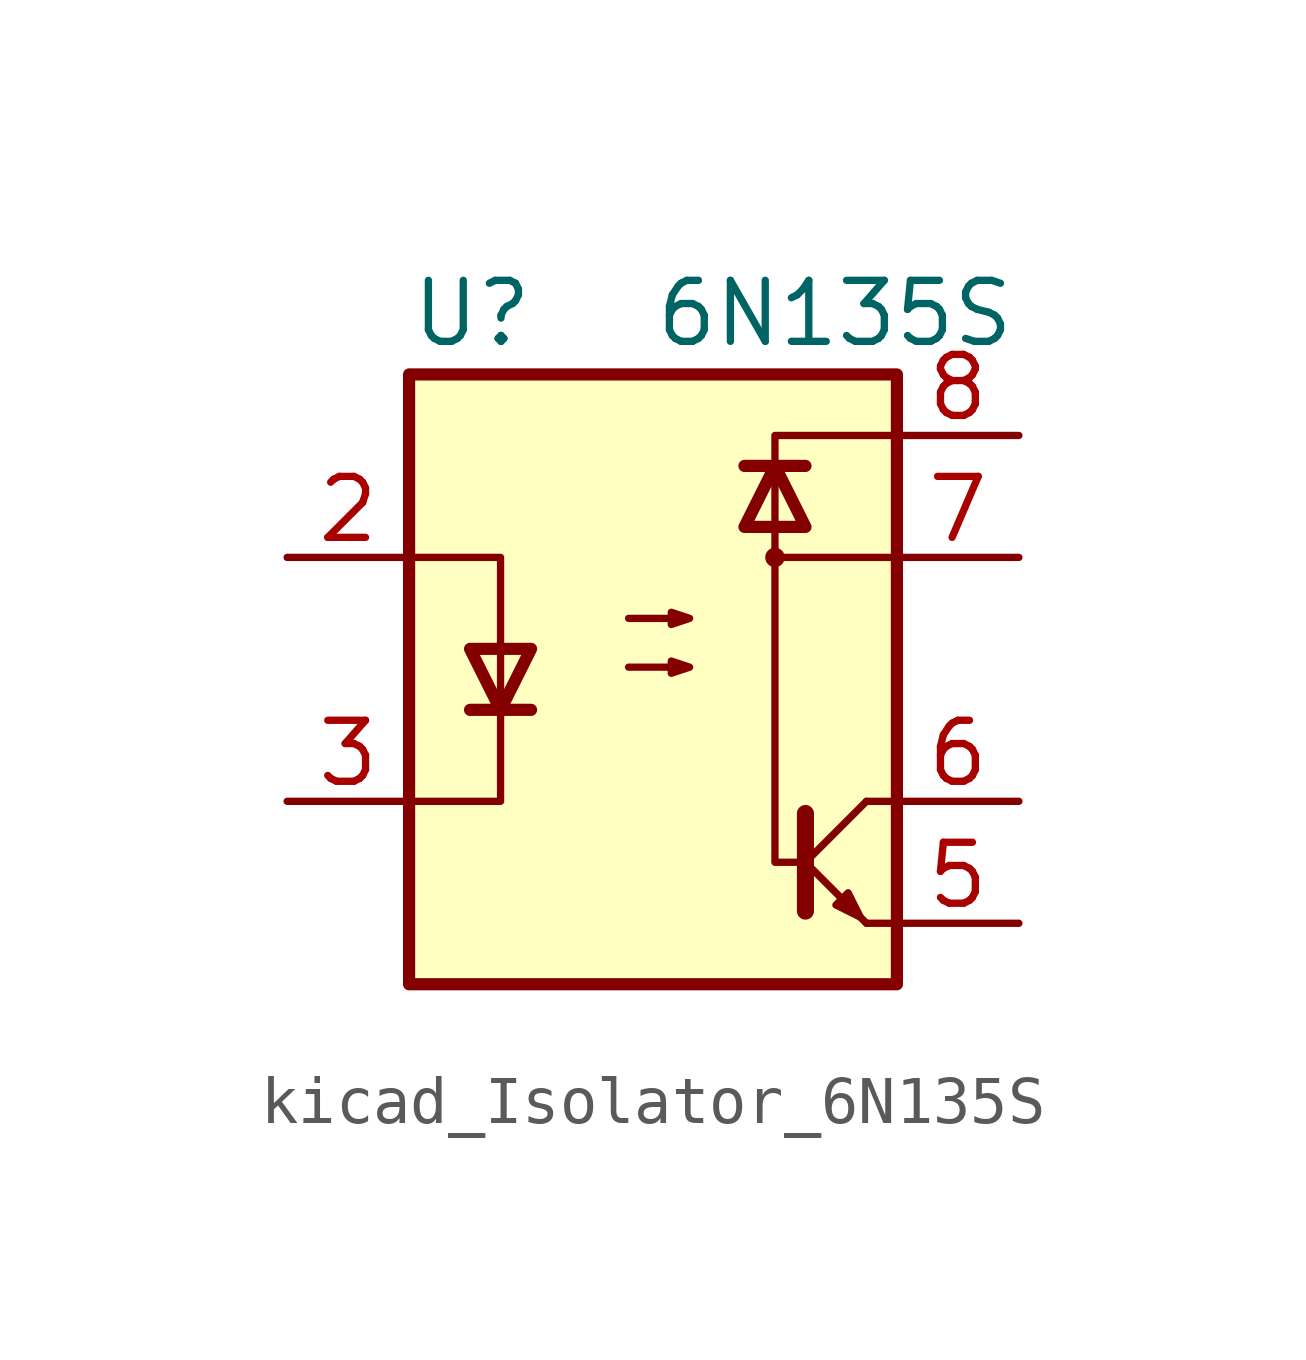
<source format=kicad_sym>
(kicad_symbol_lib
  (version 20220914)
  (generator kicad_symbol_editor)
  (symbol "kicad_Isolator_6N135S"
    (pin_names
      (offset 1.016))
    (property "Reference" "U"
      (at -5.08 7.62 0)
      (effects (font (size 1.27 1.27)) (justify left)))
    (property "Value" "6N135S"
      (at 0 7.62 0)
      (effects (font (size 1.27 1.27)) (justify left)))
    (symbol "kicad_Isolator_6N135S_0_1"
      (rectangle (start -5.08 6.35) (end 5.08 -6.35) (stroke (width 0.254) (type default)) (fill (type background)))
      (polyline (pts (xy -3.81 -0.635) (xy -2.54 -0.635)) (stroke (width 0.254) (type default)) (fill (type none)))
      (polyline (pts (xy 1.905 4.445) (xy 3.175 4.445)) (stroke (width 0.254) (type default)) (fill (type none)))
      (polyline (pts (xy 3.175 -2.794) (xy 3.175 -4.826)) (stroke (width 0.356) (type default)) (fill (type none)))
      (polyline (pts (xy 3.302 -3.937) (xy 4.445 -5.08)) (stroke (width 0) (type default)) (fill (type none)))
      (polyline (pts (xy 3.302 -3.683) (xy 4.445 -2.54)) (stroke (width 0) (type default)) (fill (type none)))
      (polyline (pts (xy 5.08 -5.08) (xy 4.445 -5.08)) (stroke (width 0) (type default)) (fill (type none)))
      (polyline (pts (xy 5.08 -2.54) (xy 4.445 -2.54)) (stroke (width 0) (type default)) (fill (type none)))
      (polyline (pts (xy 5.08 2.54) (xy 2.54 2.54)) (stroke (width 0) (type default)) (fill (type none)))
      (polyline (pts (xy -5.08 2.54) (xy -3.175 2.54) (xy -3.175 -2.54) (xy -5.08 -2.54)) (stroke (width 0) (type default)) (fill (type none)))
      (polyline (pts (xy -3.175 -0.635) (xy -3.81 0.635) (xy -2.54 0.635) (xy -3.175 -0.635)) (stroke (width 0.254) (type default)) (fill (type none)))
      (polyline (pts (xy 2.54 4.445) (xy 1.905 3.175) (xy 3.175 3.175) (xy 2.54 4.445)) (stroke (width 0.254) (type default)) (fill (type none)))
      (polyline (pts (xy 4.318 -4.953) (xy 4.064 -4.445) (xy 3.81 -4.699) (xy 4.318 -4.953)) (stroke (width 0) (type default)) (fill (type none)))
      (polyline (pts (xy 5.08 5.08) (xy 2.54 5.08) (xy 2.54 -3.81) (xy 3.175 -3.81)) (stroke (width 0) (type default)) (fill (type none)))
      (polyline (pts (xy -0.508 0.254) (xy 0.762 0.254) (xy 0.381 0.127) (xy 0.381 0.381) (xy 0.762 0.254)) (stroke (width 0) (type default)) (fill (type none)))
      (polyline (pts (xy -0.508 1.27) (xy 0.762 1.27) (xy 0.381 1.143) (xy 0.381 1.397) (xy 0.762 1.27)) (stroke (width 0) (type default)) (fill (type none)))
      (circle (center 2.54 2.54) (radius 0.127) (stroke (width 0) (type default)) (fill (type none))))
    (symbol "kicad_Isolator_6N135S_1_1"
      (pin no_connect line (at -5.08 5.08 0) (length 2.54) hide (name "NC" (effects (font (size 1.27 1.27)))) (number "1" (effects (font (size 1.27 1.27)))))
      (pin passive line (at -7.62 2.54 0) (length 2.54) (name "~" (effects (font (size 1.27 1.27)))) (number "2" (effects (font (size 1.27 1.27)))))
      (pin passive line (at -7.62 -2.54 0) (length 2.54) (name "~" (effects (font (size 1.27 1.27)))) (number "3" (effects (font (size 1.27 1.27)))))
      (pin no_connect line (at -5.08 -5.08 0) (length 2.54) hide (name "NC" (effects (font (size 1.27 1.27)))) (number "4" (effects (font (size 1.27 1.27)))))
      (pin passive line (at 7.62 -5.08 180) (length 2.54) (name "~" (effects (font (size 1.27 1.27)))) (number "5" (effects (font (size 1.27 1.27)))))
      (pin passive line (at 7.62 -2.54 180) (length 2.54) (name "~" (effects (font (size 1.27 1.27)))) (number "6" (effects (font (size 1.27 1.27)))))
      (pin passive line (at 7.62 2.54 180) (length 2.54) (name "~" (effects (font (size 1.27 1.27)))) (number "7" (effects (font (size 1.27 1.27)))))
      (pin passive line (at 7.62 5.08 180) (length 2.54) (name "~" (effects (font (size 1.27 1.27)))) (number "8" (effects (font (size 1.27 1.27))))))))
</source>
